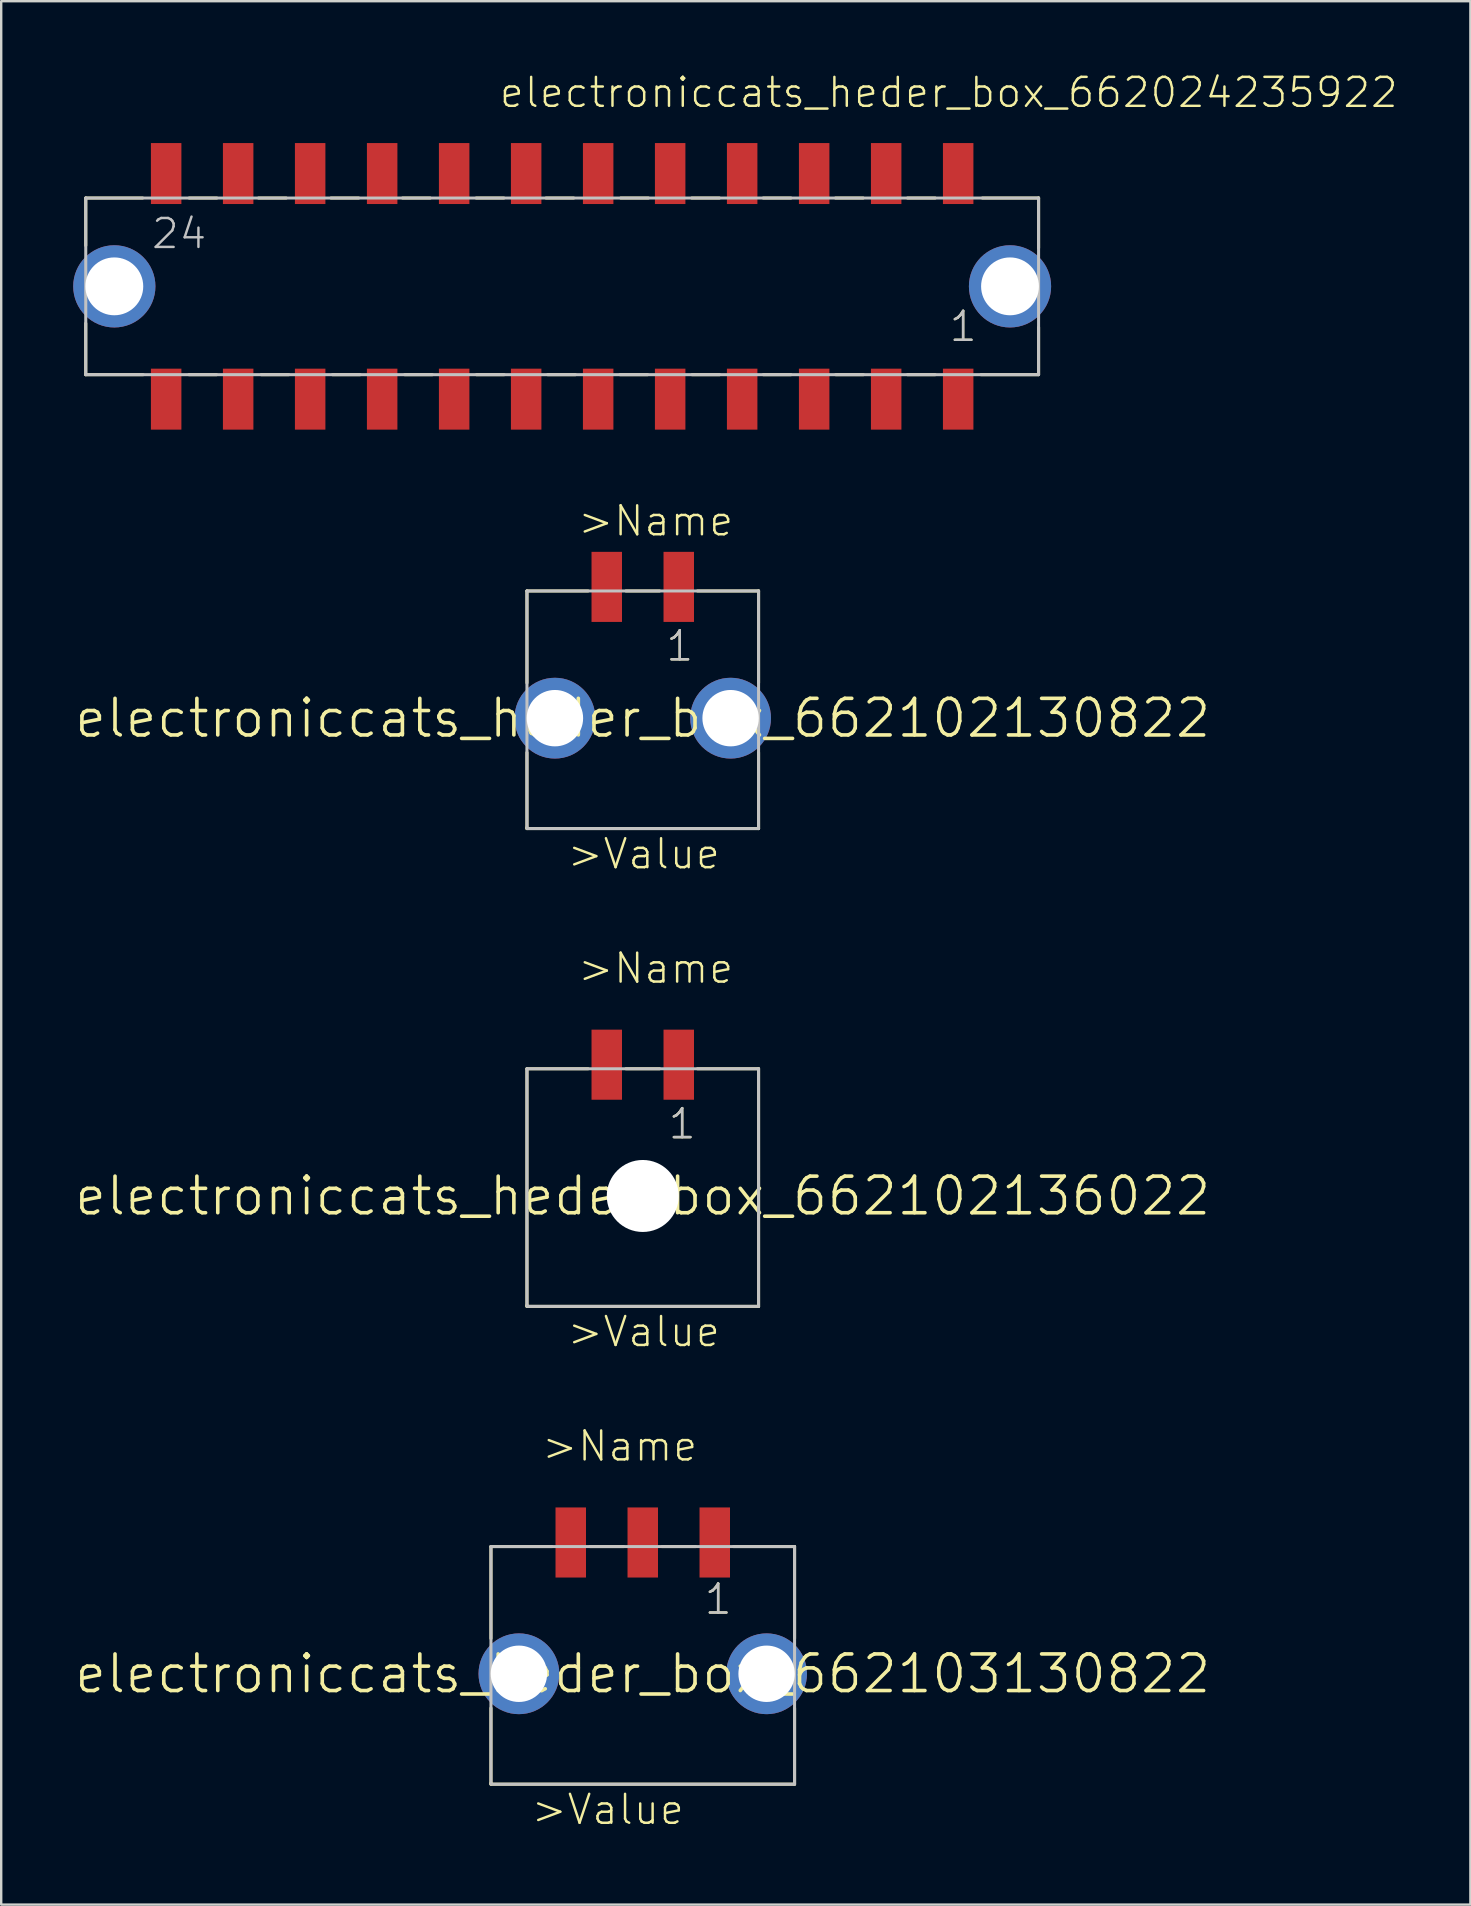
<source format=kicad_pcb>
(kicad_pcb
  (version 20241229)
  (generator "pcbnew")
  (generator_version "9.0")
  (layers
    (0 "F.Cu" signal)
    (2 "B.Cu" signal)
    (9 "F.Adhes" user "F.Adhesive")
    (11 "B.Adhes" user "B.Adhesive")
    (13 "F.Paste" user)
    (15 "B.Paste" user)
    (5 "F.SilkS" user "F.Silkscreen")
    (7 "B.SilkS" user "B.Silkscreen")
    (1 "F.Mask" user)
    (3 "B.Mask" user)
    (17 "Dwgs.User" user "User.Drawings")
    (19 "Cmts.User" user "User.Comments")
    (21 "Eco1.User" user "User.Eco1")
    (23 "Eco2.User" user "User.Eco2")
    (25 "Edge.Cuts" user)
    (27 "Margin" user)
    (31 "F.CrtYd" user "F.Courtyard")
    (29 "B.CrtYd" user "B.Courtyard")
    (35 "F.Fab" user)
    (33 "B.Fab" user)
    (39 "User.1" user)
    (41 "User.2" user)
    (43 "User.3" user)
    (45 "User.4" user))
  (footprint "electroniccats_heder_box_662024235922"
    (layer "F.Cu")
    (at 20.373 8.881)
    (property "Reference" "electroniccats_heder_box_662024235922" (at -2.68 -7.37 0) (layer "F.SilkS") (effects (font (size 1.206 1.206) (thickness 0.102)) (justify left bottom)))
    (attr through_hole)
    (fp_line (start -19.85 -3.68) (end -19.85 -1.7) (stroke (width 0.127) (type solid)) (layer "F.SilkS"))
    (fp_line (start -19.85 1.54) (end -19.85 3.68) (stroke (width 0.127) (type solid)) (layer "F.SilkS"))
    (fp_line (start -17.48 -3.68) (end -19.85 -3.68) (stroke (width 0.127) (type solid)) (layer "F.SilkS"))
    (fp_line (start -17.46 3.68) (end -19.85 3.68) (stroke (width 0.127) (type solid)) (layer "F.SilkS"))
    (fp_line (start -15.55 3.68) (end -14.4 3.68) (stroke (width 0.127) (type solid)) (layer "F.SilkS"))
    (fp_line (start -15.54 -3.68) (end -14.39 -3.68) (stroke (width 0.127) (type solid)) (layer "F.SilkS"))
    (fp_line (start -12.65 -3.68) (end -11.5 -3.68) (stroke (width 0.127) (type solid)) (layer "F.SilkS"))
    (fp_line (start -12.54 3.68) (end -11.39 3.68) (stroke (width 0.127) (type solid)) (layer "F.SilkS"))
    (fp_line (start -9.63 -3.68) (end -8.48 -3.68) (stroke (width 0.127) (type solid)) (layer "F.SilkS"))
    (fp_line (start -9.57 3.68) (end -8.42 3.68) (stroke (width 0.127) (type solid)) (layer "F.SilkS"))
    (fp_line (start -6.65 -3.68) (end -5.5 -3.68) (stroke (width 0.127) (type solid)) (layer "F.SilkS"))
    (fp_line (start -6.56 3.68) (end -5.41 3.68) (stroke (width 0.127) (type solid)) (layer "F.SilkS"))
    (fp_line (start -3.58 -3.68) (end -2.43 -3.68) (stroke (width 0.127) (type solid)) (layer "F.SilkS"))
    (fp_line (start -3.57 3.68) (end -2.42 3.68) (stroke (width 0.127) (type solid)) (layer "F.SilkS"))
    (fp_line (start -0.67 -3.68) (end 0.48 -3.68) (stroke (width 0.127) (type solid)) (layer "F.SilkS"))
    (fp_line (start -0.6 3.68) (end 0.55 3.68) (stroke (width 0.127) (type solid)) (layer "F.SilkS"))
    (fp_line (start 2.41 3.68) (end 3.56 3.68) (stroke (width 0.127) (type solid)) (layer "F.SilkS"))
    (fp_line (start 2.44 -3.68) (end 3.59 -3.68) (stroke (width 0.127) (type solid)) (layer "F.SilkS"))
    (fp_line (start 5.4 -3.68) (end 6.55 -3.68) (stroke (width 0.127) (type solid)) (layer "F.SilkS"))
    (fp_line (start 5.41 3.68) (end 6.56 3.68) (stroke (width 0.127) (type solid)) (layer "F.SilkS"))
    (fp_line (start 8.38 -3.68) (end 9.53 -3.68) (stroke (width 0.127) (type solid)) (layer "F.SilkS"))
    (fp_line (start 8.38 3.68) (end 9.53 3.68) (stroke (width 0.127) (type solid)) (layer "F.SilkS"))
    (fp_line (start 11.39 -3.68) (end 12.54 -3.68) (stroke (width 0.127) (type solid)) (layer "F.SilkS"))
    (fp_line (start 11.4 3.68) (end 12.55 3.68) (stroke (width 0.127) (type solid)) (layer "F.SilkS"))
    (fp_line (start 14.39 -3.68) (end 15.54 -3.68) (stroke (width 0.127) (type solid)) (layer "F.SilkS"))
    (fp_line (start 14.39 3.68) (end 15.54 3.68) (stroke (width 0.127) (type solid)) (layer "F.SilkS"))
    (fp_line (start 17.51 -3.68) (end 19.85 -3.68) (stroke (width 0.127) (type solid)) (layer "F.SilkS"))
    (fp_line (start 19.84 3.68) (end 17.45 3.68) (stroke (width 0.127) (type solid)) (layer "F.SilkS"))
    (fp_line (start 19.85 -3.68) (end 19.85 -1.6) (stroke (width 0.127) (type solid)) (layer "F.SilkS"))
    (fp_line (start 19.85 1.71) (end 19.85 3.67) (stroke (width 0.127) (type solid)) (layer "F.SilkS"))
    (fp_line (start -19.85 -3.68) (end 19.85 -3.68) (stroke (width 0.127) (type solid)) (layer "Dwgs.User"))
    (fp_line (start -19.85 3.68) (end -19.85 -3.68) (stroke (width 0.127) (type solid)) (layer "Dwgs.User"))
    (fp_line (start 19.85 -3.68) (end 19.85 3.68) (stroke (width 0.127) (type solid)) (layer "Dwgs.User"))
    (fp_line (start 19.85 3.68) (end -19.85 3.68) (stroke (width 0.127) (type solid)) (layer "Dwgs.User"))
    (fp_text user "1" (at 16.065 2.38 0) (layer "F.SilkS") (effects (font (size 1.206 1.206) (thickness 0.102)) (justify left bottom)))
    (fp_text user "1" (at 16.065 2.38 0) (layer "Dwgs.User") (effects (font (size 1.206 1.206) (thickness 0.102)) (justify left bottom)))
    (fp_text user "24" (at -17.175 -1.49 0) (layer "Dwgs.User") (effects (font (size 1.206 1.206) (thickness 0.102)) (justify left bottom)))
    (pad "1" smd rect (at 16.5 4.7 90) (size 2.54 1.27) (layers "F.Cu" "F.Mask" "F.Paste"))
    (pad "2" smd rect (at 13.5 4.7 90) (size 2.54 1.27) (layers "F.Cu" "F.Mask" "F.Paste"))
    (pad "3" smd rect (at 10.5 4.7 90) (size 2.54 1.27) (layers "F.Cu" "F.Mask" "F.Paste"))
    (pad "4" smd rect (at 7.5 4.7 90) (size 2.54 1.27) (layers "F.Cu" "F.Mask" "F.Paste"))
    (pad "5" smd rect (at 4.5 4.7 90) (size 2.54 1.27) (layers "F.Cu" "F.Mask" "F.Paste"))
    (pad "6" smd rect (at 1.5 4.7 90) (size 2.54 1.27) (layers "F.Cu" "F.Mask" "F.Paste"))
    (pad "7" smd rect (at -1.5 4.7 90) (size 2.54 1.27) (layers "F.Cu" "F.Mask" "F.Paste"))
    (pad "8" smd rect (at -4.5 4.7 90) (size 2.54 1.27) (layers "F.Cu" "F.Mask" "F.Paste"))
    (pad "9" smd rect (at -7.5 4.7 90) (size 2.54 1.27) (layers "F.Cu" "F.Mask" "F.Paste"))
    (pad "10" smd rect (at -10.5 4.7 90) (size 2.54 1.27) (layers "F.Cu" "F.Mask" "F.Paste"))
    (pad "11" smd rect (at -13.5 4.7 90) (size 2.54 1.27) (layers "F.Cu" "F.Mask" "F.Paste"))
    (pad "12" smd rect (at -16.5 4.7 90) (size 2.54 1.27) (layers "F.Cu" "F.Mask" "F.Paste"))
    (pad "13" smd rect (at 16.5 -4.7 90) (size 2.54 1.27) (layers "F.Cu" "F.Mask" "F.Paste"))
    (pad "14" smd rect (at 13.5 -4.7 90) (size 2.54 1.27) (layers "F.Cu" "F.Mask" "F.Paste"))
    (pad "15" smd rect (at 10.5 -4.7 90) (size 2.54 1.27) (layers "F.Cu" "F.Mask" "F.Paste"))
    (pad "16" smd rect (at 7.5 -4.7 90) (size 2.54 1.27) (layers "F.Cu" "F.Mask" "F.Paste"))
    (pad "17" smd rect (at 4.5 -4.7 90) (size 2.54 1.27) (layers "F.Cu" "F.Mask" "F.Paste"))
    (pad "18" smd rect (at 1.5 -4.7 90) (size 2.54 1.27) (layers "F.Cu" "F.Mask" "F.Paste"))
    (pad "19" smd rect (at -1.5 -4.7 90) (size 2.54 1.27) (layers "F.Cu" "F.Mask" "F.Paste"))
    (pad "20" smd rect (at -4.5 -4.7 90) (size 2.54 1.27) (layers "F.Cu" "F.Mask" "F.Paste"))
    (pad "21" smd rect (at -7.5 -4.7 90) (size 2.54 1.27) (layers "F.Cu" "F.Mask" "F.Paste"))
    (pad "22" smd rect (at -10.5 -4.7 90) (size 2.54 1.27) (layers "F.Cu" "F.Mask" "F.Paste"))
    (pad "23" smd rect (at -13.5 -4.7 90) (size 2.54 1.27) (layers "F.Cu" "F.Mask" "F.Paste"))
    (pad "24" smd rect (at -16.5 -4.7 90) (size 2.54 1.27) (layers "F.Cu" "F.Mask" "F.Paste"))
    (pad "Z1" thru_hole circle (at -18.66 0) (size 3.426 3.426) (drill 2.41) (layers "*.Cu" "*.Mask"))
    (pad "Z2" thru_hole circle (at 18.66 0) (size 3.426 3.426) (drill 2.41) (layers "*.Cu" "*.Mask")))
  (footprint "electroniccats_heder_box_662102136022"
    (layer "F.Cu")
    (at 23.731 46.781)
    (property "Reference" "electroniccats_heder_box_662102136022" (at 0 0 0) (layer "F.SilkS") (effects (font (size 1.524 1.524) (thickness 0.15))))
    (attr through_hole)
    (fp_line (start -4.83 4.56) (end -4.825 4.56) (stroke (width 0.127) (type solid)) (layer "F.SilkS"))
    (fp_line (start -4.825 -5.3) (end -4.825 4.6) (stroke (width 0.127) (type solid)) (layer "F.SilkS"))
    (fp_line (start -4.825 4.6) (end 4.825 4.6) (stroke (width 0.127) (type solid)) (layer "F.SilkS"))
    (fp_line (start -2.28 -5.3) (end -4.825 -5.3) (stroke (width 0.127) (type solid)) (layer "F.SilkS"))
    (fp_line (start -0.7 -5.3) (end 0.7 -5.3) (stroke (width 0.127) (type solid)) (layer "F.SilkS"))
    (fp_line (start 4.825 -5.3) (end 2.28 -5.3) (stroke (width 0.127) (type solid)) (layer "F.SilkS"))
    (fp_line (start 4.825 4.6) (end 4.825 -5.3) (stroke (width 0.127) (type solid)) (layer "F.SilkS"))
    (fp_line (start -4.825 -5.3) (end 4.825 -5.3) (stroke (width 0.127) (type solid)) (layer "Dwgs.User"))
    (fp_line (start -4.825 4.56) (end -4.825 -5.3) (stroke (width 0.127) (type solid)) (layer "Dwgs.User"))
    (fp_line (start -4.825 4.6) (end 4.825 4.6) (stroke (width 0.127) (type solid)) (layer "Dwgs.User"))
    (fp_line (start 4.825 -5.3) (end 4.825 4.6) (stroke (width 0.127) (type solid)) (layer "Dwgs.User"))
    (fp_text user ">Value" (at -3.21 6.36 0) (layer "F.SilkS") (effects (font (size 1.206 1.206) (thickness 0.102)) (justify left bottom)))
    (fp_text user "1" (at 1 -2.3 0) (layer "F.SilkS") (effects (font (size 1.206 1.206) (thickness 0.102)) (justify left bottom)))
    (fp_text user ">Name" (at -2.77 -8.78 0) (layer "F.SilkS") (effects (font (size 1.206 1.206) (thickness 0.102)) (justify left bottom)))
    (fp_text user "1" (at 1 -2.3 0) (layer "Dwgs.User") (effects (font (size 1.206 1.206) (thickness 0.102)) (justify left bottom)))
    (pad "" np_thru_hole circle (at 0 0) (size 3 3) (drill 3) (layers "*.Cu"))
    (pad "1" smd rect (at 1.5 -5.47 90) (size 2.92 1.27) (layers "F.Cu" "F.Mask" "F.Paste"))
    (pad "2" smd rect (at -1.5 -5.47 90) (size 2.92 1.27) (layers "F.Cu" "F.Mask" "F.Paste")))
  (footprint "electroniccats_heder_box_662102130822"
    (layer "F.Cu")
    (at 23.731 26.873)
    (property "Reference" "electroniccats_heder_box_662102130822" (at 0 0 0) (layer "F.SilkS") (effects (font (size 1.524 1.524) (thickness 0.15))))
    (attr through_hole)
    (fp_line (start -4.83 4.56) (end -4.825 4.56) (stroke (width 0.127) (type solid)) (layer "F.SilkS"))
    (fp_line (start -4.825 -1.47) (end -4.825 -5.3) (stroke (width 0.127) (type solid)) (layer "F.SilkS"))
    (fp_line (start -4.825 1.43) (end -4.825 4.6) (stroke (width 0.127) (type solid)) (layer "F.SilkS"))
    (fp_line (start -4.825 4.6) (end 4.825 4.6) (stroke (width 0.127) (type solid)) (layer "F.SilkS"))
    (fp_line (start -2.28 -5.3) (end -4.825 -5.3) (stroke (width 0.127) (type solid)) (layer "F.SilkS"))
    (fp_line (start -0.7 -5.3) (end 0.7 -5.3) (stroke (width 0.127) (type solid)) (layer "F.SilkS"))
    (fp_line (start 4.825 -5.3) (end 2.28 -5.3) (stroke (width 0.127) (type solid)) (layer "F.SilkS"))
    (fp_line (start 4.825 -1.47) (end 4.825 -5.3) (stroke (width 0.127) (type solid)) (layer "F.SilkS"))
    (fp_line (start 4.825 1.43) (end 4.825 4.6) (stroke (width 0.127) (type solid)) (layer "F.SilkS"))
    (fp_line (start -4.825 -5.3) (end 4.825 -5.3) (stroke (width 0.127) (type solid)) (layer "Dwgs.User"))
    (fp_line (start -4.825 4.56) (end -4.825 -5.3) (stroke (width 0.127) (type solid)) (layer "Dwgs.User"))
    (fp_line (start -4.825 4.6) (end 4.825 4.6) (stroke (width 0.127) (type solid)) (layer "Dwgs.User"))
    (fp_line (start 4.825 -5.3) (end 4.825 4.6) (stroke (width 0.127) (type solid)) (layer "Dwgs.User"))
    (fp_text user "1" (at 0.9 -2.3 0) (layer "F.SilkS") (effects (font (size 1.206 1.206) (thickness 0.102)) (justify left bottom)))
    (fp_text user ">Value" (at -3.21 6.36 0) (layer "F.SilkS") (effects (font (size 1.206 1.206) (thickness 0.102)) (justify left bottom)))
    (fp_text user ">Name" (at -2.77 -7.51 0) (layer "F.SilkS") (effects (font (size 1.206 1.206) (thickness 0.102)) (justify left bottom)))
    (fp_text user "1" (at 0.9 -2.3 0) (layer "Dwgs.User") (effects (font (size 1.206 1.206) (thickness 0.102)) (justify left bottom)))
    (pad "1" smd rect (at 1.5 -5.47 90) (size 2.92 1.27) (layers "F.Cu" "F.Mask" "F.Paste"))
    (pad "2" smd rect (at -1.5 -5.47 90) (size 2.92 1.27) (layers "F.Cu" "F.Mask" "F.Paste"))
    (pad "Z1" thru_hole circle (at -3.66 0) (size 3.366 3.366) (drill 2.35) (layers "*.Cu" "*.Mask"))
    (pad "Z2" thru_hole circle (at 3.66 0) (size 3.366 3.366) (drill 2.35) (layers "*.Cu" "*.Mask")))
  (footprint "electroniccats_heder_box_662103130822"
    (layer "F.Cu")
    (at 23.731 66.689)
    (property "Reference" "electroniccats_heder_box_662103130822" (at 0 0 0) (layer "F.SilkS") (effects (font (size 1.524 1.524) (thickness 0.15))))
    (attr through_hole)
    (fp_line (start -6.33 4.56) (end -6.325 4.56) (stroke (width 0.127) (type solid)) (layer "F.SilkS"))
    (fp_line (start -6.325 -1.47) (end -6.325 -5.3) (stroke (width 0.127) (type solid)) (layer "F.SilkS"))
    (fp_line (start -6.325 1.43) (end -6.325 4.6) (stroke (width 0.127) (type solid)) (layer "F.SilkS"))
    (fp_line (start -6.325 4.6) (end 6.325 4.6) (stroke (width 0.127) (type solid)) (layer "F.SilkS"))
    (fp_line (start -3.78 -5.3) (end -6.325 -5.3) (stroke (width 0.127) (type solid)) (layer "F.SilkS"))
    (fp_line (start -2.2 -5.3) (end -0.8 -5.3) (stroke (width 0.127) (type solid)) (layer "F.SilkS"))
    (fp_line (start 0.8 -5.3) (end 2.2 -5.3) (stroke (width 0.127) (type solid)) (layer "F.SilkS"))
    (fp_line (start 6.325 -5.3) (end 3.78 -5.3) (stroke (width 0.127) (type solid)) (layer "F.SilkS"))
    (fp_line (start 6.325 -1.47) (end 6.325 -5.3) (stroke (width 0.127) (type solid)) (layer "F.SilkS"))
    (fp_line (start 6.325 1.43) (end 6.325 4.6) (stroke (width 0.127) (type solid)) (layer "F.SilkS"))
    (fp_line (start -6.325 -5.3) (end 6.325 -5.3) (stroke (width 0.127) (type solid)) (layer "Dwgs.User"))
    (fp_line (start -6.325 4.56) (end -6.325 -5.3) (stroke (width 0.127) (type solid)) (layer "Dwgs.User"))
    (fp_line (start -6.325 4.6) (end 6.325 4.6) (stroke (width 0.127) (type solid)) (layer "Dwgs.User"))
    (fp_line (start 6.325 -5.3) (end 6.325 4.6) (stroke (width 0.127) (type solid)) (layer "Dwgs.User"))
    (fp_text user "1" (at 2.5 -2.4 0) (layer "F.SilkS") (effects (font (size 1.206 1.206) (thickness 0.102)) (justify left bottom)))
    (fp_text user ">Name" (at -4.27 -8.78 0) (layer "F.SilkS") (effects (font (size 1.206 1.206) (thickness 0.102)) (justify left bottom)))
    (fp_text user ">Value" (at -4.71 6.36 0) (layer "F.SilkS") (effects (font (size 1.206 1.206) (thickness 0.102)) (justify left bottom)))
    (fp_text user "1" (at 2.5 -2.4 0) (layer "Dwgs.User") (effects (font (size 1.206 1.206) (thickness 0.102)) (justify left bottom)))
    (pad "1" smd rect (at 3 -5.47 90) (size 2.92 1.27) (layers "F.Cu" "F.Mask" "F.Paste"))
    (pad "2" smd rect (at 0 -5.47 90) (size 2.92 1.27) (layers "F.Cu" "F.Mask" "F.Paste"))
    (pad "3" smd rect (at -3 -5.47 90) (size 2.92 1.27) (layers "F.Cu" "F.Mask" "F.Paste"))
    (pad "Z1" thru_hole circle (at -5.16 0) (size 3.366 3.366) (drill 2.35) (layers "*.Cu" "*.Mask"))
    (pad "Z2" thru_hole circle (at 5.16 0) (size 3.366 3.366) (drill 2.35) (layers "*.Cu" "*.Mask")))
  (gr_rect
    (start -3 -3)
    (end 58.215 76.306)
    (stroke (width 0.1) (type default))
    (fill no)
    (layer "Edge.Cuts")))
</source>
